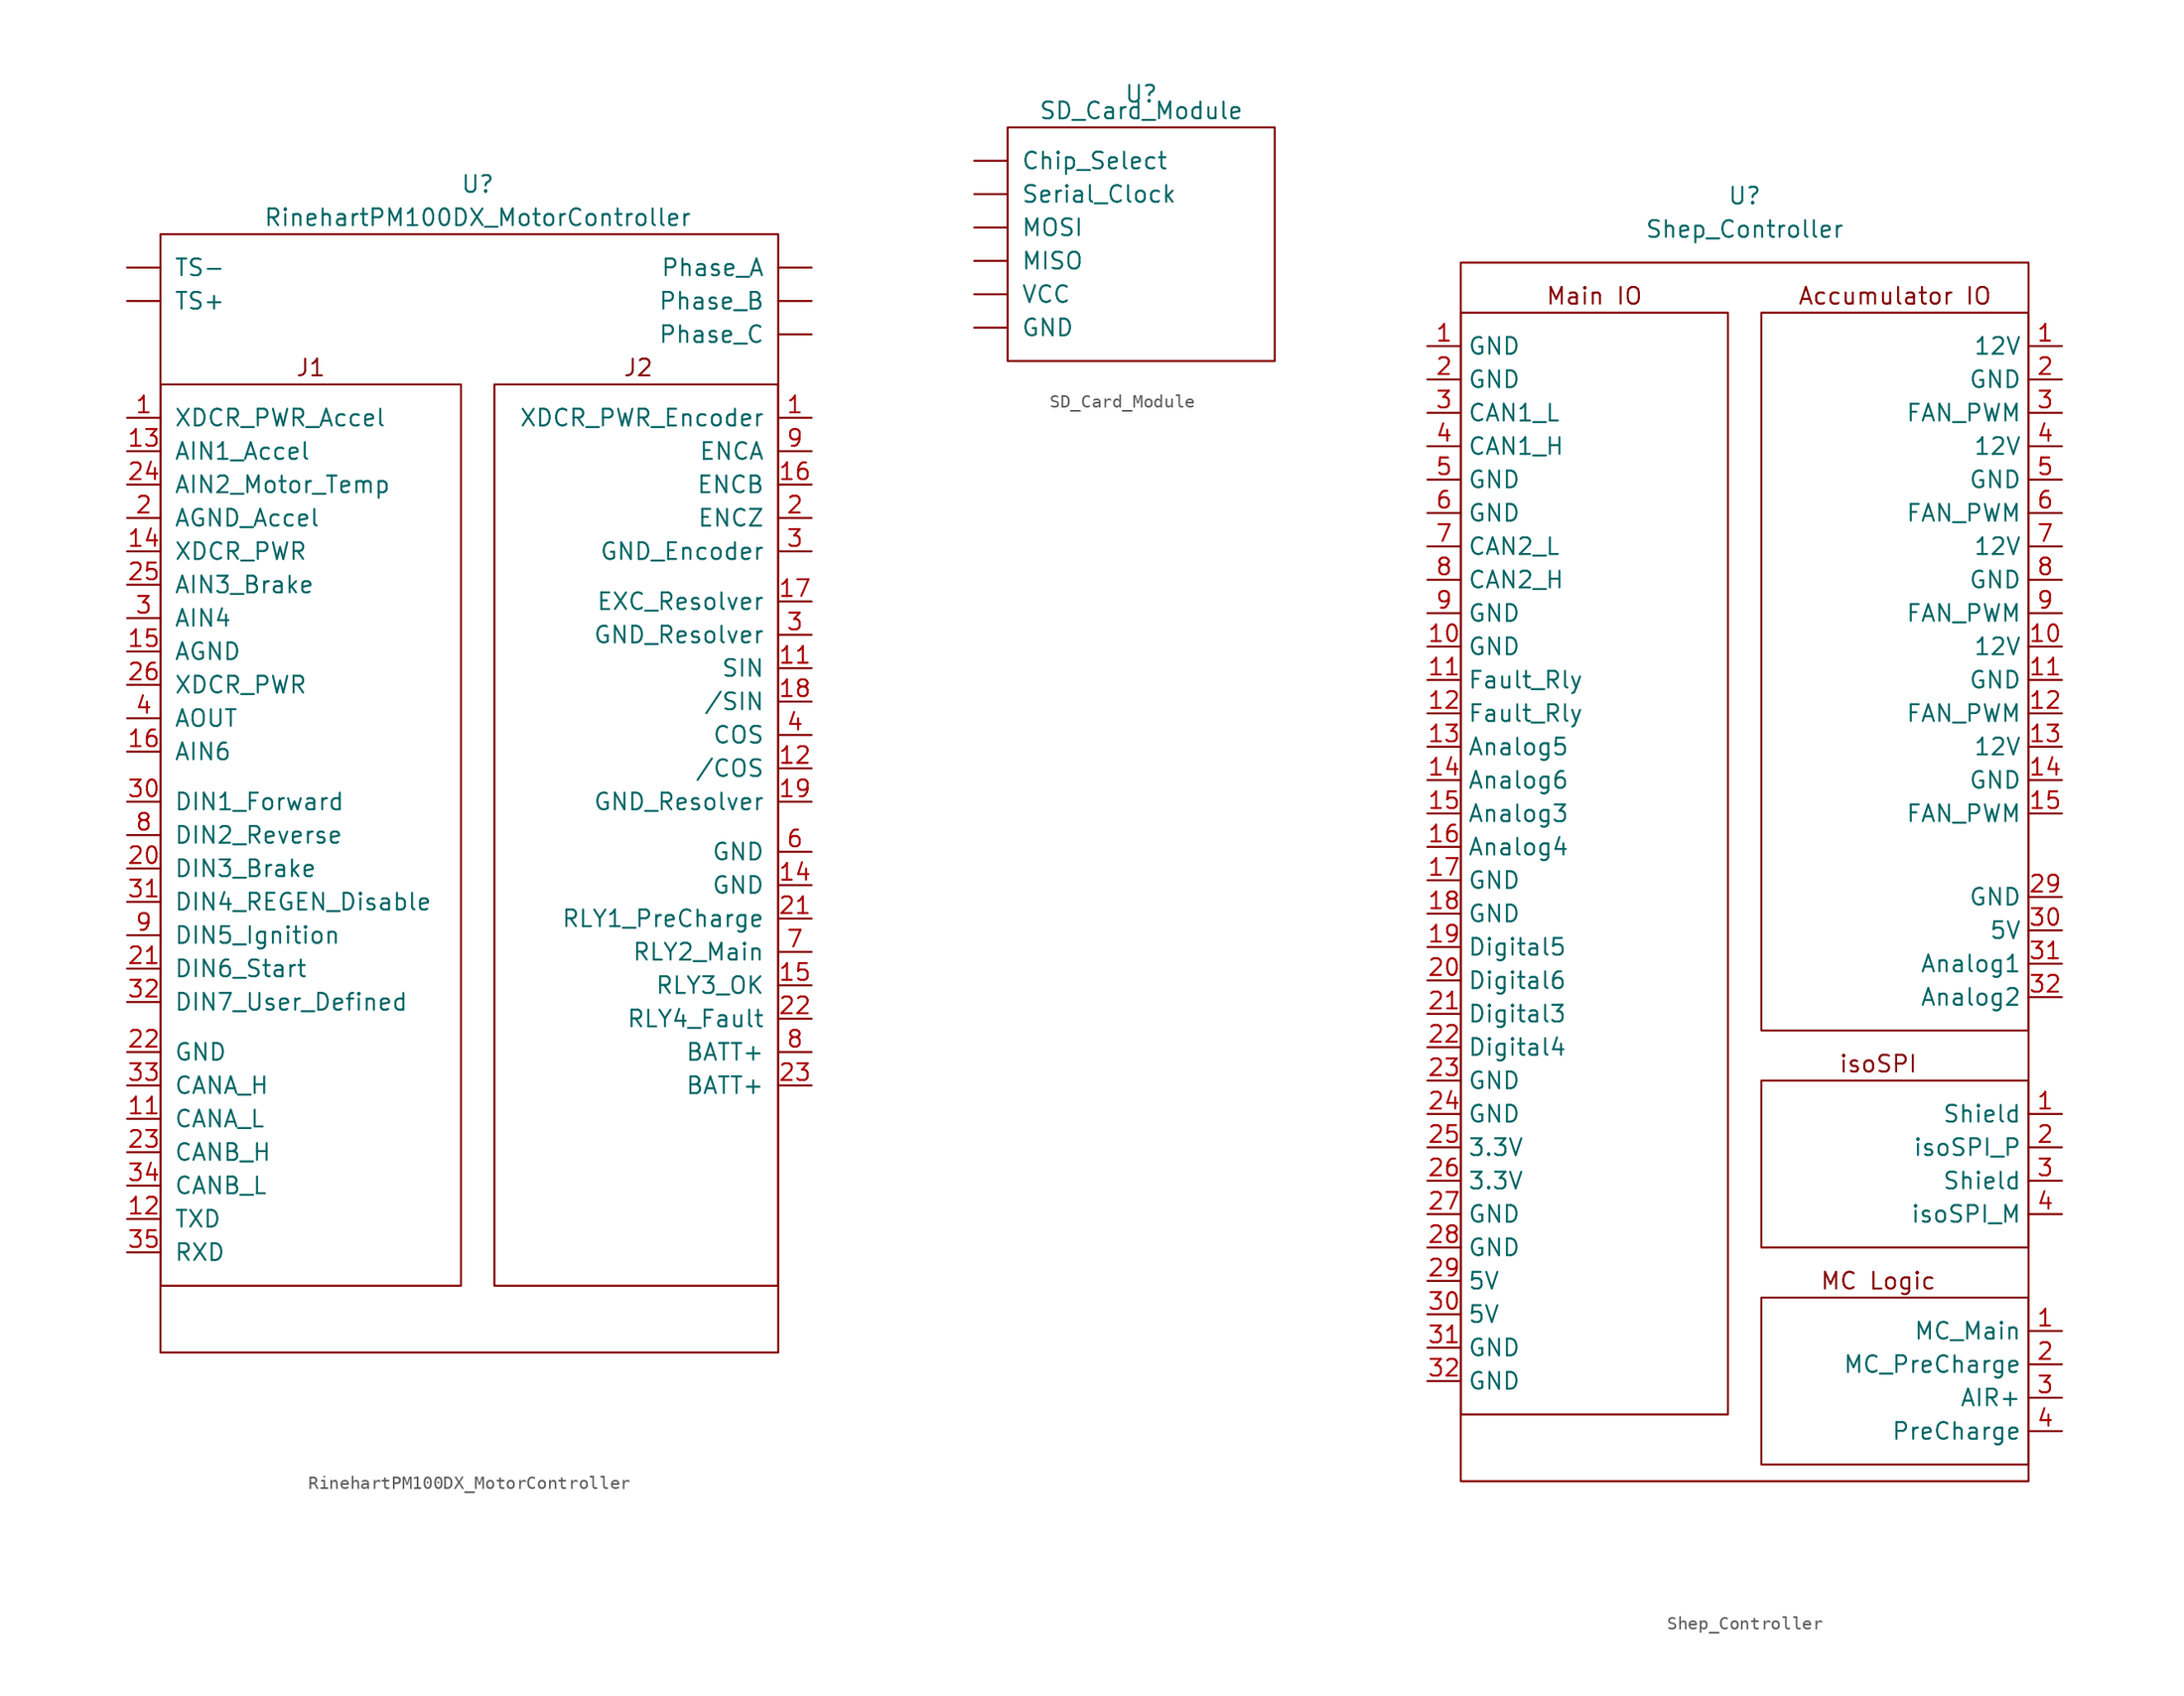
<source format=kicad_sym>
(kicad_symbol_lib
  (version 20211014)
  (generator kicad_symbol_editor)
  (symbol "RinehartPM100DX_MotorController"
    (pin_names
      (offset 1.016))
    (property "Reference" "U"
      (at 0 3.81 0)
      (effects (font (size 1.27 1.27))))
    (property "Value" "RinehartPM100DX_MotorController"
      (at 0 1.27 0)
      (effects (font (size 1.27 1.27))))
    (symbol "RinehartPM100DX_MotorController_0_0"
      (rectangle (start 22.86 -11.43) (end 1.27 -80.01) (stroke (width 0) (type default) (color 0 0 0 0)) (fill (type none)))
      (text "J1" (at -12.7 -10.16 0) (effects (font (size 1.27 1.27))))
      (text "J2 " (at 12.7 -10.16 0) (effects (font (size 1.27 1.27)))))
    (symbol "RinehartPM100DX_MotorController_0_1"
      (rectangle (start -24.13 -11.43) (end -1.27 -80.01) (stroke (width 0) (type default) (color 0 0 0 0)) (fill (type none)))
      (rectangle (start -24.13 0) (end 22.86 -85.09) (stroke (width 0) (type default) (color 0 0 0 0)) (fill (type none))))
    (symbol "RinehartPM100DX_MotorController_1_1"
      (pin input line (at -26.67 -13.97 0) (length 2.54) (name "XDCR_PWR_Accel" (effects (font (size 1.27 1.27)))) (number "1" (effects (font (size 1.27 1.27)))))
      (pin input line (at 25.4 -13.97 180) (length 2.54) (name "XDCR_PWR_Encoder" (effects (font (size 1.27 1.27)))) (number "1" (effects (font (size 1.27 1.27)))))
      (pin input line (at -26.67 -67.31 0) (length 2.54) (name "CANA_L" (effects (font (size 1.27 1.27)))) (number "11" (effects (font (size 1.27 1.27)))))
      (pin input line (at 25.4 -33.02 180) (length 2.54) (name "SIN" (effects (font (size 1.27 1.27)))) (number "11" (effects (font (size 1.27 1.27)))))
      (pin input line (at 25.4 -40.64 180) (length 2.54) (name "/COS" (effects (font (size 1.27 1.27)))) (number "12" (effects (font (size 1.27 1.27)))))
      (pin input line (at -26.67 -74.93 0) (length 2.54) (name "TXD" (effects (font (size 1.27 1.27)))) (number "12" (effects (font (size 1.27 1.27)))))
      (pin input line (at -26.67 -16.51 0) (length 2.54) (name "AIN1_Accel" (effects (font (size 1.27 1.27)))) (number "13" (effects (font (size 1.27 1.27)))))
      (pin input line (at 25.4 -49.53 180) (length 2.54) (name "GND" (effects (font (size 1.27 1.27)))) (number "14" (effects (font (size 1.27 1.27)))))
      (pin input line (at -26.67 -24.13 0) (length 2.54) (name "XDCR_PWR" (effects (font (size 1.27 1.27)))) (number "14" (effects (font (size 1.27 1.27)))))
      (pin input line (at -26.67 -31.75 0) (length 2.54) (name "AGND" (effects (font (size 1.27 1.27)))) (number "15" (effects (font (size 1.27 1.27)))))
      (pin output line (at 25.4 -57.15 180) (length 2.54) (name "RLY3_OK" (effects (font (size 1.27 1.27)))) (number "15" (effects (font (size 1.27 1.27)))))
      (pin input line (at -26.67 -39.37 0) (length 2.54) (name "AIN6" (effects (font (size 1.27 1.27)))) (number "16" (effects (font (size 1.27 1.27)))))
      (pin input line (at 25.4 -19.05 180) (length 2.54) (name "ENCB" (effects (font (size 1.27 1.27)))) (number "16" (effects (font (size 1.27 1.27)))))
      (pin output line (at 25.4 -27.94 180) (length 2.54) (name "EXC_Resolver" (effects (font (size 1.27 1.27)))) (number "17" (effects (font (size 1.27 1.27)))))
      (pin input line (at 25.4 -35.56 180) (length 2.54) (name "/SIN" (effects (font (size 1.27 1.27)))) (number "18" (effects (font (size 1.27 1.27)))))
      (pin input line (at 25.4 -43.18 180) (length 2.54) (name "GND_Resolver" (effects (font (size 1.27 1.27)))) (number "19" (effects (font (size 1.27 1.27)))))
      (pin input line (at -26.67 -21.59 0) (length 2.54) (name "AGND_Accel" (effects (font (size 1.27 1.27)))) (number "2" (effects (font (size 1.27 1.27)))))
      (pin input line (at 25.4 -21.59 180) (length 2.54) (name "ENCZ" (effects (font (size 1.27 1.27)))) (number "2" (effects (font (size 1.27 1.27)))))
      (pin input line (at -26.67 -48.26 0) (length 2.54) (name "DIN3_Brake" (effects (font (size 1.27 1.27)))) (number "20" (effects (font (size 1.27 1.27)))))
      (pin input line (at -26.67 -55.88 0) (length 2.54) (name "DIN6_Start" (effects (font (size 1.27 1.27)))) (number "21" (effects (font (size 1.27 1.27)))))
      (pin output line (at 25.4 -52.07 180) (length 2.54) (name "RLY1_PreCharge" (effects (font (size 1.27 1.27)))) (number "21" (effects (font (size 1.27 1.27)))))
      (pin input line (at -26.67 -62.23 0) (length 2.54) (name "GND" (effects (font (size 1.27 1.27)))) (number "22" (effects (font (size 1.27 1.27)))))
      (pin output line (at 25.4 -59.69 180) (length 2.54) (name "RLY4_Fault" (effects (font (size 1.27 1.27)))) (number "22" (effects (font (size 1.27 1.27)))))
      (pin input line (at 25.4 -64.77 180) (length 2.54) (name "BATT+" (effects (font (size 1.27 1.27)))) (number "23" (effects (font (size 1.27 1.27)))))
      (pin input line (at -26.67 -69.85 0) (length 2.54) (name "CANB_H" (effects (font (size 1.27 1.27)))) (number "23" (effects (font (size 1.27 1.27)))))
      (pin input line (at -26.67 -19.05 0) (length 2.54) (name "AIN2_Motor_Temp" (effects (font (size 1.27 1.27)))) (number "24" (effects (font (size 1.27 1.27)))))
      (pin input line (at -26.67 -26.67 0) (length 2.54) (name "AIN3_Brake" (effects (font (size 1.27 1.27)))) (number "25" (effects (font (size 1.27 1.27)))))
      (pin input line (at -26.67 -34.29 0) (length 2.54) (name "XDCR_PWR" (effects (font (size 1.27 1.27)))) (number "26" (effects (font (size 1.27 1.27)))))
      (pin input line (at -26.67 -29.21 0) (length 2.54) (name "AIN4" (effects (font (size 1.27 1.27)))) (number "3" (effects (font (size 1.27 1.27)))))
      (pin input line (at 25.4 -24.13 180) (length 2.54) (name "GND_Encoder" (effects (font (size 1.27 1.27)))) (number "3" (effects (font (size 1.27 1.27)))))
      (pin input line (at 25.4 -30.48 180) (length 2.54) (name "GND_Resolver" (effects (font (size 1.27 1.27)))) (number "3" (effects (font (size 1.27 1.27)))))
      (pin input line (at -26.67 -43.18 0) (length 2.54) (name "DIN1_Forward" (effects (font (size 1.27 1.27)))) (number "30" (effects (font (size 1.27 1.27)))))
      (pin input line (at -26.67 -50.8 0) (length 2.54) (name "DIN4_REGEN_Disable" (effects (font (size 1.27 1.27)))) (number "31" (effects (font (size 1.27 1.27)))))
      (pin input line (at -26.67 -58.42 0) (length 2.54) (name "DIN7_User_Defined" (effects (font (size 1.27 1.27)))) (number "32" (effects (font (size 1.27 1.27)))))
      (pin input line (at -26.67 -64.77 0) (length 2.54) (name "CANA_H" (effects (font (size 1.27 1.27)))) (number "33" (effects (font (size 1.27 1.27)))))
      (pin input line (at -26.67 -72.39 0) (length 2.54) (name "CANB_L" (effects (font (size 1.27 1.27)))) (number "34" (effects (font (size 1.27 1.27)))))
      (pin input line (at -26.67 -77.47 0) (length 2.54) (name "RXD" (effects (font (size 1.27 1.27)))) (number "35" (effects (font (size 1.27 1.27)))))
      (pin input line (at -26.67 -36.83 0) (length 2.54) (name "AOUT" (effects (font (size 1.27 1.27)))) (number "4" (effects (font (size 1.27 1.27)))))
      (pin input line (at 25.4 -38.1 180) (length 2.54) (name "COS" (effects (font (size 1.27 1.27)))) (number "4" (effects (font (size 1.27 1.27)))))
      (pin input line (at 25.4 -46.99 180) (length 2.54) (name "GND" (effects (font (size 1.27 1.27)))) (number "6" (effects (font (size 1.27 1.27)))))
      (pin output line (at 25.4 -54.61 180) (length 2.54) (name "RLY2_Main" (effects (font (size 1.27 1.27)))) (number "7" (effects (font (size 1.27 1.27)))))
      (pin input line (at 25.4 -62.23 180) (length 2.54) (name "BATT+" (effects (font (size 1.27 1.27)))) (number "8" (effects (font (size 1.27 1.27)))))
      (pin input line (at -26.67 -45.72 0) (length 2.54) (name "DIN2_Reverse" (effects (font (size 1.27 1.27)))) (number "8" (effects (font (size 1.27 1.27)))))
      (pin input line (at -26.67 -53.34 0) (length 2.54) (name "DIN5_Ignition" (effects (font (size 1.27 1.27)))) (number "9" (effects (font (size 1.27 1.27)))))
      (pin input line (at 25.4 -16.51 180) (length 2.54) (name "ENCA" (effects (font (size 1.27 1.27)))) (number "9" (effects (font (size 1.27 1.27)))))
      (pin output line (at 25.4 -2.54 180) (length 2.54) (name "Phase_A" (effects (font (size 1.27 1.27)))) (number "~" (effects (font (size 1.27 1.27)))))
      (pin output line (at 25.4 -5.08 180) (length 2.54) (name "Phase_B" (effects (font (size 1.27 1.27)))) (number "~" (effects (font (size 1.27 1.27)))))
      (pin output line (at 25.4 -7.62 180) (length 2.54) (name "Phase_C" (effects (font (size 1.27 1.27)))) (number "~" (effects (font (size 1.27 1.27)))))
      (pin input line (at -26.67 -5.08 0) (length 2.54) (name "TS+" (effects (font (size 1.27 1.27)))) (number "~" (effects (font (size 1.27 1.27)))))
      (pin input line (at -26.67 -2.54 0) (length 2.54) (name "TS-" (effects (font (size 1.27 1.27)))) (number "~" (effects (font (size 1.27 1.27)))))))
  (symbol "SD_Card_Module"
    (pin_names
      (offset 1.016))
    (property "Reference" "U"
      (at 0 0 0)
      (effects (font (size 1.27 1.27))))
    (property "Value" "SD_Card_Module"
      (at 0 -1.27 0)
      (effects (font (size 1.27 1.27))))
    (symbol "SD_Card_Module_0_1"
      (rectangle (start -10.16 -2.54) (end 10.16 -20.32) (stroke (width 0) (type default) (color 0 0 0 0)) (fill (type none))))
    (symbol "SD_Card_Module_1_1"
      (pin input line (at -12.7 -5.08 0) (length 2.54) (name "Chip_Select" (effects (font (size 1.27 1.27)))) (number "~" (effects (font (size 1.27 1.27)))))
      (pin input line (at -12.7 -17.78 0) (length 2.54) (name "GND" (effects (font (size 1.27 1.27)))) (number "~" (effects (font (size 1.27 1.27)))))
      (pin input line (at -12.7 -12.7 0) (length 2.54) (name "MISO" (effects (font (size 1.27 1.27)))) (number "~" (effects (font (size 1.27 1.27)))))
      (pin input line (at -12.7 -10.16 0) (length 2.54) (name "MOSI" (effects (font (size 1.27 1.27)))) (number "~" (effects (font (size 1.27 1.27)))))
      (pin input line (at -12.7 -7.62 0) (length 2.54) (name "Serial_Clock" (effects (font (size 1.27 1.27)))) (number "~" (effects (font (size 1.27 1.27)))))
      (pin input line (at -12.7 -15.24 0) (length 2.54) (name "VCC" (effects (font (size 1.27 1.27)))) (number "~" (effects (font (size 1.27 1.27)))))))
  (symbol "Shep_Controller"
    (property "Reference" "U"
      (at 0 5.08 0)
      (effects (font (size 1.27 1.27))))
    (property "Value" "Shep_Controller"
      (at 0 2.54 0)
      (effects (font (size 1.27 1.27))))
    (symbol "Shep_Controller_0_0"
      (rectangle (start 1.27 -3.81) (end 21.59 -58.42) (stroke (width 0) (type default) (color 0 0 0 0)) (fill (type none)))
      (text "Accumulator IO" (at 11.43 -2.54 0) (effects (font (size 1.27 1.27))))
      (text "isoSPI" (at 10.16 -60.96 0) (effects (font (size 1.27 1.27))))
      (text "Main IO" (at -11.43 -2.54 0) (effects (font (size 1.27 1.27))))
      (text "MC Logic" (at 10.16 -77.47 0) (effects (font (size 1.27 1.27)))))
    (symbol "Shep_Controller_0_1"
      (rectangle (start -21.59 -3.81) (end -1.27 -87.63) (stroke (width 0) (type default) (color 0 0 0 0)) (fill (type none)))
      (rectangle (start -21.59 0) (end 21.59 -92.71) (stroke (width 0) (type default) (color 0 0 0 0)) (fill (type none)))
      (rectangle (start 1.27 -78.74) (end 21.59 -91.44) (stroke (width 0) (type default) (color 0 0 0 0)) (fill (type none)))
      (rectangle (start 1.27 -62.23) (end 21.59 -74.93) (stroke (width 0) (type default) (color 0 0 0 0)) (fill (type none))))
    (symbol "Shep_Controller_1_1"
      (pin passive line (at 24.13 -6.35 180) (length 2.54) (name "12V" (effects (font (size 1.27 1.27)))) (number "1" (effects (font (size 1.27 1.27)))))
      (pin passive line (at -24.13 -6.35 0) (length 2.54) (name "GND" (effects (font (size 1.27 1.27)))) (number "1" (effects (font (size 1.27 1.27)))))
      (pin input line (at 24.13 -81.28 180) (length 2.54) (name "MC_Main" (effects (font (size 1.27 1.27)))) (number "1" (effects (font (size 1.27 1.27)))))
      (pin passive line (at 24.13 -64.77 180) (length 2.54) (name "Shield" (effects (font (size 1.27 1.27)))) (number "1" (effects (font (size 1.27 1.27)))))
      (pin passive line (at 24.13 -29.21 180) (length 2.54) (name "12V" (effects (font (size 1.27 1.27)))) (number "10" (effects (font (size 1.27 1.27)))))
      (pin passive line (at -24.13 -29.21 0) (length 2.54) (name "GND" (effects (font (size 1.27 1.27)))) (number "10" (effects (font (size 1.27 1.27)))))
      (pin passive line (at -24.13 -31.75 0) (length 2.54) (name "Fault_Rly" (effects (font (size 1.27 1.27)))) (number "11" (effects (font (size 1.27 1.27)))))
      (pin passive line (at 24.13 -31.75 180) (length 2.54) (name "GND" (effects (font (size 1.27 1.27)))) (number "11" (effects (font (size 1.27 1.27)))))
      (pin passive line (at 24.13 -34.29 180) (length 2.54) (name "FAN_PWM" (effects (font (size 1.27 1.27)))) (number "12" (effects (font (size 1.27 1.27)))))
      (pin passive line (at -24.13 -34.29 0) (length 2.54) (name "Fault_Rly" (effects (font (size 1.27 1.27)))) (number "12" (effects (font (size 1.27 1.27)))))
      (pin passive line (at 24.13 -36.83 180) (length 2.54) (name "12V" (effects (font (size 1.27 1.27)))) (number "13" (effects (font (size 1.27 1.27)))))
      (pin input line (at -24.13 -36.83 0) (length 2.54) (name "Analog5" (effects (font (size 1.27 1.27)))) (number "13" (effects (font (size 1.27 1.27)))))
      (pin input line (at -24.13 -39.37 0) (length 2.54) (name "Analog6" (effects (font (size 1.27 1.27)))) (number "14" (effects (font (size 1.27 1.27)))))
      (pin passive line (at 24.13 -39.37 180) (length 2.54) (name "GND" (effects (font (size 1.27 1.27)))) (number "14" (effects (font (size 1.27 1.27)))))
      (pin input line (at -24.13 -41.91 0) (length 2.54) (name "Analog3" (effects (font (size 1.27 1.27)))) (number "15" (effects (font (size 1.27 1.27)))))
      (pin passive line (at 24.13 -41.91 180) (length 2.54) (name "FAN_PWM" (effects (font (size 1.27 1.27)))) (number "15" (effects (font (size 1.27 1.27)))))
      (pin input line (at -24.13 -44.45 0) (length 2.54) (name "Analog4" (effects (font (size 1.27 1.27)))) (number "16" (effects (font (size 1.27 1.27)))))
      (pin passive line (at -24.13 -46.99 0) (length 2.54) (name "GND" (effects (font (size 1.27 1.27)))) (number "17" (effects (font (size 1.27 1.27)))))
      (pin passive line (at -24.13 -49.53 0) (length 2.54) (name "GND" (effects (font (size 1.27 1.27)))) (number "18" (effects (font (size 1.27 1.27)))))
      (pin bidirectional line (at -24.13 -52.07 0) (length 2.54) (name "Digital5" (effects (font (size 1.27 1.27)))) (number "19" (effects (font (size 1.27 1.27)))))
      (pin passive line (at -24.13 -8.89 0) (length 2.54) (name "GND" (effects (font (size 1.27 1.27)))) (number "2" (effects (font (size 1.27 1.27)))))
      (pin passive line (at 24.13 -8.89 180) (length 2.54) (name "GND" (effects (font (size 1.27 1.27)))) (number "2" (effects (font (size 1.27 1.27)))))
      (pin input line (at 24.13 -83.82 180) (length 2.54) (name "MC_PreCharge" (effects (font (size 1.27 1.27)))) (number "2" (effects (font (size 1.27 1.27)))))
      (pin passive line (at 24.13 -67.31 180) (length 2.54) (name "isoSPI_P" (effects (font (size 1.27 1.27)))) (number "2" (effects (font (size 1.27 1.27)))))
      (pin bidirectional line (at -24.13 -54.61 0) (length 2.54) (name "Digital6" (effects (font (size 1.27 1.27)))) (number "20" (effects (font (size 1.27 1.27)))))
      (pin bidirectional line (at -24.13 -57.15 0) (length 2.54) (name "Digital3" (effects (font (size 1.27 1.27)))) (number "21" (effects (font (size 1.27 1.27)))))
      (pin bidirectional line (at -24.13 -59.69 0) (length 2.54) (name "Digital4" (effects (font (size 1.27 1.27)))) (number "22" (effects (font (size 1.27 1.27)))))
      (pin passive line (at -24.13 -62.23 0) (length 2.54) (name "GND" (effects (font (size 1.27 1.27)))) (number "23" (effects (font (size 1.27 1.27)))))
      (pin passive line (at -24.13 -64.77 0) (length 2.54) (name "GND" (effects (font (size 1.27 1.27)))) (number "24" (effects (font (size 1.27 1.27)))))
      (pin output line (at -24.13 -67.31 0) (length 2.54) (name "3.3V" (effects (font (size 1.27 1.27)))) (number "25" (effects (font (size 1.27 1.27)))))
      (pin output line (at -24.13 -69.85 0) (length 2.54) (name "3.3V" (effects (font (size 1.27 1.27)))) (number "26" (effects (font (size 1.27 1.27)))))
      (pin passive line (at -24.13 -72.39 0) (length 2.54) (name "GND" (effects (font (size 1.27 1.27)))) (number "27" (effects (font (size 1.27 1.27)))))
      (pin passive line (at -24.13 -74.93 0) (length 2.54) (name "GND" (effects (font (size 1.27 1.27)))) (number "28" (effects (font (size 1.27 1.27)))))
      (pin output line (at -24.13 -77.47 0) (length 2.54) (name "5V" (effects (font (size 1.27 1.27)))) (number "29" (effects (font (size 1.27 1.27)))))
      (pin passive line (at 24.13 -48.26 180) (length 2.54) (name "GND" (effects (font (size 1.27 1.27)))) (number "29" (effects (font (size 1.27 1.27)))))
      (pin output line (at 24.13 -86.36 180) (length 2.54) (name "AIR+" (effects (font (size 1.27 1.27)))) (number "3" (effects (font (size 1.27 1.27)))))
      (pin passive line (at -24.13 -11.43 0) (length 2.54) (name "CAN1_L" (effects (font (size 1.27 1.27)))) (number "3" (effects (font (size 1.27 1.27)))))
      (pin passive line (at 24.13 -11.43 180) (length 2.54) (name "FAN_PWM" (effects (font (size 1.27 1.27)))) (number "3" (effects (font (size 1.27 1.27)))))
      (pin passive line (at 24.13 -69.85 180) (length 2.54) (name "Shield" (effects (font (size 1.27 1.27)))) (number "3" (effects (font (size 1.27 1.27)))))
      (pin output line (at -24.13 -80.01 0) (length 2.54) (name "5V" (effects (font (size 1.27 1.27)))) (number "30" (effects (font (size 1.27 1.27)))))
      (pin passive line (at 24.13 -50.8 180) (length 2.54) (name "5V" (effects (font (size 1.27 1.27)))) (number "30" (effects (font (size 1.27 1.27)))))
      (pin passive line (at 24.13 -53.34 180) (length 2.54) (name "Analog1" (effects (font (size 1.27 1.27)))) (number "31" (effects (font (size 1.27 1.27)))))
      (pin passive line (at -24.13 -82.55 0) (length 2.54) (name "GND" (effects (font (size 1.27 1.27)))) (number "31" (effects (font (size 1.27 1.27)))))
      (pin passive line (at 24.13 -55.88 180) (length 2.54) (name "Analog2" (effects (font (size 1.27 1.27)))) (number "32" (effects (font (size 1.27 1.27)))))
      (pin passive line (at -24.13 -85.09 0) (length 2.54) (name "GND" (effects (font (size 1.27 1.27)))) (number "32" (effects (font (size 1.27 1.27)))))
      (pin passive line (at 24.13 -13.97 180) (length 2.54) (name "12V" (effects (font (size 1.27 1.27)))) (number "4" (effects (font (size 1.27 1.27)))))
      (pin passive line (at -24.13 -13.97 0) (length 2.54) (name "CAN1_H" (effects (font (size 1.27 1.27)))) (number "4" (effects (font (size 1.27 1.27)))))
      (pin output line (at 24.13 -88.9 180) (length 2.54) (name "PreCharge" (effects (font (size 1.27 1.27)))) (number "4" (effects (font (size 1.27 1.27)))))
      (pin passive line (at 24.13 -72.39 180) (length 2.54) (name "isoSPI_M" (effects (font (size 1.27 1.27)))) (number "4" (effects (font (size 1.27 1.27)))))
      (pin passive line (at -24.13 -16.51 0) (length 2.54) (name "GND" (effects (font (size 1.27 1.27)))) (number "5" (effects (font (size 1.27 1.27)))))
      (pin passive line (at 24.13 -16.51 180) (length 2.54) (name "GND" (effects (font (size 1.27 1.27)))) (number "5" (effects (font (size 1.27 1.27)))))
      (pin passive line (at 24.13 -19.05 180) (length 2.54) (name "FAN_PWM" (effects (font (size 1.27 1.27)))) (number "6" (effects (font (size 1.27 1.27)))))
      (pin passive line (at -24.13 -19.05 0) (length 2.54) (name "GND" (effects (font (size 1.27 1.27)))) (number "6" (effects (font (size 1.27 1.27)))))
      (pin passive line (at 24.13 -21.59 180) (length 2.54) (name "12V" (effects (font (size 1.27 1.27)))) (number "7" (effects (font (size 1.27 1.27)))))
      (pin passive line (at -24.13 -21.59 0) (length 2.54) (name "CAN2_L" (effects (font (size 1.27 1.27)))) (number "7" (effects (font (size 1.27 1.27)))))
      (pin passive line (at -24.13 -24.13 0) (length 2.54) (name "CAN2_H" (effects (font (size 1.27 1.27)))) (number "8" (effects (font (size 1.27 1.27)))))
      (pin passive line (at 24.13 -24.13 180) (length 2.54) (name "GND" (effects (font (size 1.27 1.27)))) (number "8" (effects (font (size 1.27 1.27)))))
      (pin passive line (at 24.13 -26.67 180) (length 2.54) (name "FAN_PWM" (effects (font (size 1.27 1.27)))) (number "9" (effects (font (size 1.27 1.27)))))
      (pin passive line (at -24.13 -26.67 0) (length 2.54) (name "GND" (effects (font (size 1.27 1.27)))) (number "9" (effects (font (size 1.27 1.27))))))))
</source>
